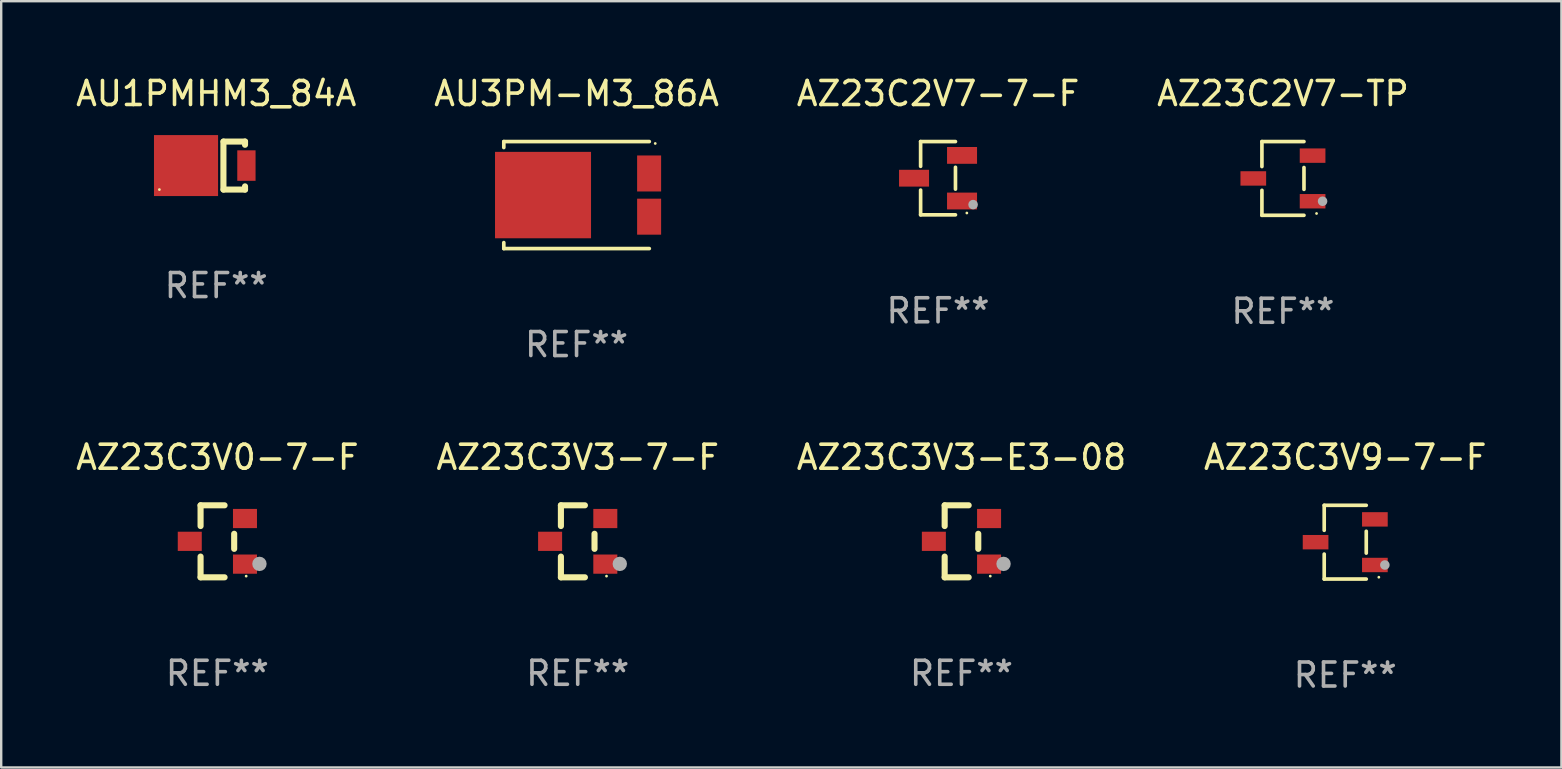
<source format=kicad_pcb>
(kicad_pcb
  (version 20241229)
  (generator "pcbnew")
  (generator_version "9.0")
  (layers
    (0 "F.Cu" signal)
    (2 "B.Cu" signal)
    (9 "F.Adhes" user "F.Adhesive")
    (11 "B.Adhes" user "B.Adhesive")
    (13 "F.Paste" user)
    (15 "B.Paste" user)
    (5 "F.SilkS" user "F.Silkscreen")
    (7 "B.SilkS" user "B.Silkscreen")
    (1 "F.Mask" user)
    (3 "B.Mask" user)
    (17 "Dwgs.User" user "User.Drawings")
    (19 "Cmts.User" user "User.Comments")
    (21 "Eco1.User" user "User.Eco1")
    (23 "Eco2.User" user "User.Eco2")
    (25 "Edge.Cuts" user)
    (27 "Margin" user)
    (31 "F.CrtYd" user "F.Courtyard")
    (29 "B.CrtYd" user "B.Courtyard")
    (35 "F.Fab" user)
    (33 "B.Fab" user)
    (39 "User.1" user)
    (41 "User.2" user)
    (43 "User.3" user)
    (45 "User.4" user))
  (footprint "AZ23C3V9-7-F"
    (layer "F.Cu")
    (at 52.994 19.538)
    (property "Reference" "AZ23C3V9-7-F" (at 0 -3.536 0) (layer "F.SilkS") (effects (font (size 1 1) (thickness 0.15))))
    (attr through_hole)
    (fp_line (start -0.876 -1.536) (end -0.876 -0.495) (stroke (width 0.152) (type solid)) (layer "F.SilkS"))
    (fp_line (start -0.876 1.536) (end -0.876 0.495) (stroke (width 0.152) (type solid)) (layer "F.SilkS"))
    (fp_line (start 0.876 -1.536) (end -0.876 -1.536) (stroke (width 0.152) (type solid)) (layer "F.SilkS"))
    (fp_line (start 0.876 -0.455) (end 0.876 0.455) (stroke (width 0.152) (type solid)) (layer "F.SilkS"))
    (fp_line (start 0.876 1.536) (end -0.876 1.536) (stroke (width 0.152) (type solid)) (layer "F.SilkS"))
    (fp_circle (center 1.4 1.46) (end 1.43 1.46) (stroke (width 0.06) (type solid)) (fill no) (layer "F.SilkS"))
    (fp_circle (center 1.651 0.95) (end 1.751 0.95) (stroke (width 0.2) (type solid)) (fill no) (layer "F.Fab"))
    (fp_text user "REF**" (at 0 5.536 0) (layer "F.Fab") (effects (font (size 1 1) (thickness 0.15))))
    (pad "1" smd rect (at 1.235 0.95) (size 1.07 0.6) (layers "F.Cu" "F.Mask" "F.Paste"))
    (pad "2" smd rect (at 1.235 -0.95) (size 1.07 0.6) (layers "F.Cu" "F.Mask" "F.Paste"))
    (pad "3" smd rect (at -1.235 0) (size 1.07 0.6) (layers "F.Cu" "F.Mask" "F.Paste")))
  (footprint "AZ23C3V3-7-F"
    (layer "F.Cu")
    (at 21.018 19.502)
    (property "Reference" "AZ23C3V3-7-F" (at 0 -3.5 0) (layer "F.SilkS") (effects (font (size 1 1) (thickness 0.15))))
    (attr through_hole)
    (fp_line (start -0.7 -1.5) (end 0.3 -1.5) (stroke (width 0.254) (type solid)) (layer "F.SilkS"))
    (fp_line (start -0.7 -0.636) (end -0.7 -1.5) (stroke (width 0.254) (type solid)) (layer "F.SilkS"))
    (fp_line (start -0.7 1.5) (end -0.7 0.636) (stroke (width 0.254) (type solid)) (layer "F.SilkS"))
    (fp_line (start -0.7 1.5) (end 0.3 1.5) (stroke (width 0.254) (type solid)) (layer "F.SilkS"))
    (fp_line (start 0.7 0.314) (end 0.7 -0.314) (stroke (width 0.254) (type solid)) (layer "F.SilkS"))
    (fp_circle (center 1.2 1.45) (end 1.23 1.45) (stroke (width 0.06) (type solid)) (fill no) (layer "F.SilkS"))
    (fp_circle (center 1.753 0.94) (end 1.903 0.94) (stroke (width 0.3) (type solid)) (fill no) (layer "F.Fab"))
    (fp_text user "REF**" (at 0 5.5 0) (layer "F.Fab") (effects (font (size 1 1) (thickness 0.15))))
    (pad "1" smd rect (at 1.15 0.95 180) (size 1 0.8) (layers "F.Cu" "F.Mask" "F.Paste"))
    (pad "2" smd rect (at 1.15 -0.95 180) (size 1 0.8) (layers "F.Cu" "F.Mask" "F.Paste"))
    (pad "3" smd rect (at -1.15 -0.000051 180) (size 1 0.8) (layers "F.Cu" "F.Mask" "F.Paste")))
  (footprint "AU3PM-M3_86A"
    (layer "F.Cu")
    (at 20.97 5.077)
    (property "Reference" "AU3PM-M3_86A" (at 0 -4.229 0) (layer "F.SilkS") (effects (font (size 1 1) (thickness 0.15))))
    (attr through_hole)
    (fp_line (start -3.031 -2.229) (end -3.031 -1.98) (stroke (width 0.152) (type solid)) (layer "F.SilkS"))
    (fp_line (start -3.031 1.98) (end -3.031 2.229) (stroke (width 0.152) (type solid)) (layer "F.SilkS"))
    (fp_line (start 3.031 -2.229) (end -3.031 -2.229) (stroke (width 0.152) (type solid)) (layer "F.SilkS"))
    (fp_line (start 3.031 2.229) (end -3.031 2.229) (stroke (width 0.152) (type solid)) (layer "F.SilkS"))
    (fp_circle (center 3.278 -2.15) (end 3.308 -2.15) (stroke (width 0.06) (type solid)) (fill no) (layer "F.SilkS"))
    (fp_text user "REF**" (at 0 6.229 0) (layer "F.Fab") (effects (font (size 1 1) (thickness 0.15))))
    (pad "1" smd rect (at 3.023 -0.9) (size 1 1.5) (layers "F.Cu" "F.Mask" "F.Paste"))
    (pad "2" smd rect (at 3.023 0.9) (size 1 1.5) (layers "F.Cu" "F.Mask" "F.Paste"))
    (pad "3" smd rect (at -1.397 0) (size 4 3.6) (layers "F.Cu" "F.Mask" "F.Paste")))
  (footprint "AZ23C3V0-7-F"
    (layer "F.Cu")
    (at 6.006 19.502)
    (property "Reference" "AZ23C3V0-7-F" (at 0 -3.5 0) (layer "F.SilkS") (effects (font (size 1 1) (thickness 0.15))))
    (attr through_hole)
    (fp_line (start -0.7 -1.5) (end 0.3 -1.5) (stroke (width 0.254) (type solid)) (layer "F.SilkS"))
    (fp_line (start -0.7 -0.636) (end -0.7 -1.5) (stroke (width 0.254) (type solid)) (layer "F.SilkS"))
    (fp_line (start -0.7 1.5) (end -0.7 0.636) (stroke (width 0.254) (type solid)) (layer "F.SilkS"))
    (fp_line (start -0.7 1.5) (end 0.3 1.5) (stroke (width 0.254) (type solid)) (layer "F.SilkS"))
    (fp_line (start 0.7 0.314) (end 0.7 -0.314) (stroke (width 0.254) (type solid)) (layer "F.SilkS"))
    (fp_circle (center 1.2 1.45) (end 1.23 1.45) (stroke (width 0.06) (type solid)) (fill no) (layer "F.SilkS"))
    (fp_circle (center 1.753 0.94) (end 1.903 0.94) (stroke (width 0.3) (type solid)) (fill no) (layer "F.Fab"))
    (fp_text user "REF**" (at 0 5.5 0) (layer "F.Fab") (effects (font (size 1 1) (thickness 0.15))))
    (pad "1" smd rect (at 1.15 0.95 180) (size 1 0.8) (layers "F.Cu" "F.Mask" "F.Paste"))
    (pad "2" smd rect (at 1.15 -0.95 180) (size 1 0.8) (layers "F.Cu" "F.Mask" "F.Paste"))
    (pad "3" smd rect (at -1.15 -0.000051 180) (size 1 0.8) (layers "F.Cu" "F.Mask" "F.Paste")))
  (footprint "AZ23C2V7-TP"
    (layer "F.Cu")
    (at 50.399 4.384)
    (property "Reference" "AZ23C2V7-TP" (at 0 -3.536 0) (layer "F.SilkS") (effects (font (size 1 1) (thickness 0.15))))
    (attr through_hole)
    (fp_line (start -0.876 -1.536) (end -0.876 -0.495) (stroke (width 0.152) (type solid)) (layer "F.SilkS"))
    (fp_line (start -0.876 1.536) (end -0.876 0.495) (stroke (width 0.152) (type solid)) (layer "F.SilkS"))
    (fp_line (start 0.876 -1.536) (end -0.876 -1.536) (stroke (width 0.152) (type solid)) (layer "F.SilkS"))
    (fp_line (start 0.876 -0.455) (end 0.876 0.455) (stroke (width 0.152) (type solid)) (layer "F.SilkS"))
    (fp_line (start 0.876 1.536) (end -0.876 1.536) (stroke (width 0.152) (type solid)) (layer "F.SilkS"))
    (fp_circle (center 1.4 1.46) (end 1.43 1.46) (stroke (width 0.06) (type solid)) (fill no) (layer "F.SilkS"))
    (fp_circle (center 1.651 0.95) (end 1.751 0.95) (stroke (width 0.2) (type solid)) (fill no) (layer "F.Fab"))
    (fp_text user "REF**" (at 0 5.536 0) (layer "F.Fab") (effects (font (size 1 1) (thickness 0.15))))
    (pad "1" smd rect (at 1.235 0.95) (size 1.07 0.6) (layers "F.Cu" "F.Mask" "F.Paste"))
    (pad "2" smd rect (at 1.235 -0.95) (size 1.07 0.6) (layers "F.Cu" "F.Mask" "F.Paste"))
    (pad "3" smd rect (at -1.235 0) (size 1.07 0.6) (layers "F.Cu" "F.Mask" "F.Paste")))
  (footprint "AU1PMHM3_84A"
    (layer "F.Cu")
    (at 5.958 3.848)
    (property "Reference" "AU1PMHM3_84A" (at 0 -3 0) (layer "F.SilkS") (effects (font (size 1 1) (thickness 0.15))))
    (attr through_hole)
    (fp_line (start 0.3 -1) (end 0.3 1) (stroke (width 0.254) (type solid)) (layer "F.SilkS"))
    (fp_line (start 1.2 -1) (end 0.308 -1) (stroke (width 0.254) (type solid)) (layer "F.SilkS"))
    (fp_line (start 1.2 -1) (end 1.2 -0.866) (stroke (width 0.254) (type solid)) (layer "F.SilkS"))
    (fp_line (start 1.2 1) (end 0.308 1) (stroke (width 0.254) (type solid)) (layer "F.SilkS"))
    (fp_line (start 1.2 1) (end 1.2 0.866) (stroke (width 0.254) (type solid)) (layer "F.SilkS"))
    (fp_circle (center -2.368 1) (end -2.338 1) (stroke (width 0.06) (type solid)) (fill no) (layer "F.SilkS"))
    (fp_text user "REF**" (at 0 5 0) (layer "F.Fab") (effects (font (size 1 1) (thickness 0.15))))
    (pad "1" smd rect (at -1.258 0) (size 2.67 2.54) (layers "F.Cu" "F.Mask" "F.Paste"))
    (pad "2" smd rect (at 1.258 0) (size 0.762 1.27) (layers "F.Cu" "F.Mask" "F.Paste")))
  (footprint "AZ23C3V3-E3-08"
    (layer "F.Cu")
    (at 37.006 19.502)
    (property "Reference" "AZ23C3V3-E3-08" (at 0 -3.5 0) (layer "F.SilkS") (effects (font (size 1 1) (thickness 0.15))))
    (attr through_hole)
    (fp_line (start -0.7 -1.5) (end 0.3 -1.5) (stroke (width 0.254) (type solid)) (layer "F.SilkS"))
    (fp_line (start -0.7 -0.636) (end -0.7 -1.5) (stroke (width 0.254) (type solid)) (layer "F.SilkS"))
    (fp_line (start -0.7 1.5) (end -0.7 0.636) (stroke (width 0.254) (type solid)) (layer "F.SilkS"))
    (fp_line (start -0.7 1.5) (end 0.3 1.5) (stroke (width 0.254) (type solid)) (layer "F.SilkS"))
    (fp_line (start 0.7 0.314) (end 0.7 -0.314) (stroke (width 0.254) (type solid)) (layer "F.SilkS"))
    (fp_circle (center 1.2 1.45) (end 1.23 1.45) (stroke (width 0.06) (type solid)) (fill no) (layer "F.SilkS"))
    (fp_circle (center 1.753 0.94) (end 1.903 0.94) (stroke (width 0.3) (type solid)) (fill no) (layer "F.Fab"))
    (fp_text user "REF**" (at 0 5.5 0) (layer "F.Fab") (effects (font (size 1 1) (thickness 0.15))))
    (pad "1" smd rect (at 1.15 0.95 180) (size 1 0.8) (layers "F.Cu" "F.Mask" "F.Paste"))
    (pad "2" smd rect (at 1.15 -0.95 180) (size 1 0.8) (layers "F.Cu" "F.Mask" "F.Paste"))
    (pad "3" smd rect (at -1.15 -0.000051 180) (size 1 0.8) (layers "F.Cu" "F.Mask" "F.Paste")))
  (footprint "AZ23C2V7-7-F"
    (layer "F.Cu")
    (at 36.03 4.374)
    (property "Reference" "AZ23C2V7-7-F" (at 0 -3.526 0) (layer "F.SilkS") (effects (font (size 1 1) (thickness 0.15))))
    (attr through_hole)
    (fp_line (start -0.726 -1.526) (end -0.726 -0.495) (stroke (width 0.152) (type solid)) (layer "F.SilkS"))
    (fp_line (start -0.726 1.526) (end -0.726 0.495) (stroke (width 0.152) (type solid)) (layer "F.SilkS"))
    (fp_line (start 0.726 -1.526) (end -0.726 -1.526) (stroke (width 0.152) (type solid)) (layer "F.SilkS"))
    (fp_line (start 0.726 -0.455) (end 0.726 0.455) (stroke (width 0.152) (type solid)) (layer "F.SilkS"))
    (fp_line (start 0.726 1.526) (end -0.726 1.526) (stroke (width 0.152) (type solid)) (layer "F.SilkS"))
    (fp_circle (center 1.2 1.45) (end 1.23 1.45) (stroke (width 0.06) (type solid)) (fill no) (layer "F.SilkS"))
    (fp_circle (center 1.46 1.1) (end 1.56 1.1) (stroke (width 0.2) (type solid)) (fill no) (layer "F.Fab"))
    (fp_text user "REF**" (at 0 5.526 0) (layer "F.Fab") (effects (font (size 1 1) (thickness 0.15))))
    (pad "1" smd rect (at 1 0.95) (size 1.25 0.7) (layers "F.Cu" "F.Mask" "F.Paste"))
    (pad "2" smd rect (at 1 -0.95) (size 1.25 0.7) (layers "F.Cu" "F.Mask" "F.Paste"))
    (pad "3" smd rect (at -1 0) (size 1.25 0.7) (layers "F.Cu" "F.Mask" "F.Paste")))
  (gr_rect
    (start -3 -3)
    (end 62 28.923)
    (stroke (width 0.1) (type default))
    (fill no)
    (layer "Edge.Cuts")))
</source>
